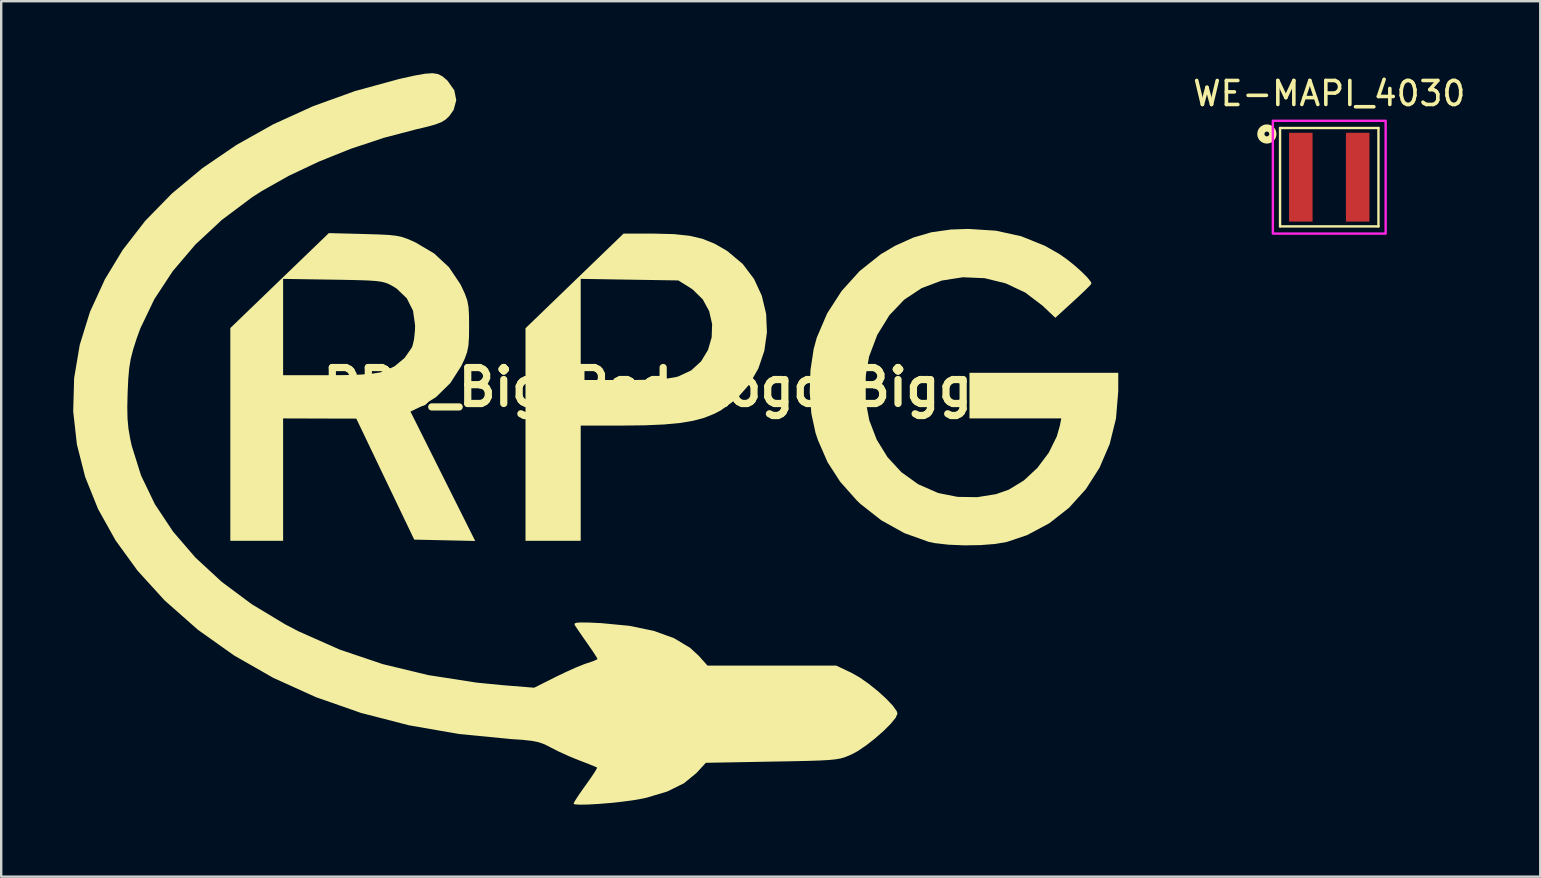
<source format=kicad_pcb>
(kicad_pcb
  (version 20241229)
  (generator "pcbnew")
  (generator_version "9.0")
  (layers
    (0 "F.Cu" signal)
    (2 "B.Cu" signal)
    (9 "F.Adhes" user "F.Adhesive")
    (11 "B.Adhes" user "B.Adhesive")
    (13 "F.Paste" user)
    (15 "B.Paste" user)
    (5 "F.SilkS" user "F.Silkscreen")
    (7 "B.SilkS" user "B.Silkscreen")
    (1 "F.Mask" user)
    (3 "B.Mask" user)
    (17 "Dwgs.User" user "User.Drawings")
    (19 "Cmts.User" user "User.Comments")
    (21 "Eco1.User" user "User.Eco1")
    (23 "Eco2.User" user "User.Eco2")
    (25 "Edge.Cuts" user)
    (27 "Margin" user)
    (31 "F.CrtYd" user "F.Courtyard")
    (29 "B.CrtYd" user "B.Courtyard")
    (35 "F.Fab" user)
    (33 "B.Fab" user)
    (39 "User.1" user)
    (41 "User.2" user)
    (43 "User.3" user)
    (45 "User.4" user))
  (footprint "WE-MAPI_4030"
    (layer "F.Cu")
    (at 52.338 4.333)
    (property "Reference" "WE-MAPI_4030" (at 0 -3.485 0) (layer "F.SilkS") (effects (font (size 1 1) (thickness 0.15))))
    (attr smd)
    (fp_line (start -2.05 -2.05) (end 2.05 -2.05) (stroke (width 0.1) (type solid)) (layer "F.SilkS"))
    (fp_line (start -2.05 2.05) (end -2.05 -2.05) (stroke (width 0.1) (type solid)) (layer "F.SilkS"))
    (fp_line (start 2.05 -2.05) (end 2.05 2.05) (stroke (width 0.1) (type solid)) (layer "F.SilkS"))
    (fp_line (start 2.05 2.05) (end -2.05 2.05) (stroke (width 0.1) (type solid)) (layer "F.SilkS"))
    (fp_circle (center -2.6 -1.8) (end -2.5 -1.8) (stroke (width 0.3) (type solid)) (fill no) (layer "F.SilkS"))
    (fp_poly (pts (xy -2.35 -2.35) (xy 2.35 -2.35) (xy 2.35 2.35) (xy -2.35 2.35)) (stroke (width 0.1) (type solid)) (fill no) (layer "F.CrtYd"))
    (pad "1" smd rect (at -1.185 0) (size 0.98 3.7) (layers "F.Cu" "F.Mask" "F.Paste"))
    (pad "2" smd rect (at 1.185 0) (size 0.98 3.7) (layers "F.Cu" "F.Mask" "F.Paste"))
    (zone (net_name "") (layer "F.Cu") (hatch full 0.508) (connect_pads) (min_thickness 0.01) (filled_areas_thickness no) (keepout (tracks not_allowed) (vias not_allowed) (pads not_allowed) (copperpour not_allowed) (footprints allowed)) (placement (enabled no)) (fill) (polygon (pts (xy 51.643 2.483) (xy 53.033 2.483) (xy 53.033 6.183) (xy 51.643 6.183))))
    (zone (net_name "") (layers "F.Cu" "B.Cu") (hatch full 0.508) (connect_pads) (min_thickness 0.01) (filled_areas_thickness no) (keepout (tracks allowed) (vias not_allowed) (pads allowed) (copperpour allowed) (footprints allowed)) (placement (enabled no)) (fill) (polygon (pts (xy 51.643 2.483) (xy 53.033 2.483) (xy 53.033 6.183) (xy 51.643 6.183)))))
  (footprint "RPG_Big_Red_Logo_Bigger"
    (layer "F.Cu")
    (at 25.047 13.085)
    (property "Reference" "RPG_Big_Red_Logo_Bigger" (at 0 0 0) (layer "F.SilkS") (effects (font (size 1.5 1.5) (thickness 0.3))))
    (attr board_only exclude_from_pos_files exclude_from_bom)
    (fp_poly (pts (xy -0.019 -6.38) (xy 0.63 -6.311) (xy 1.179 -6.183) (xy 1.675 -5.983) (xy 2.168 -5.7) (xy 2.225 -5.662) (xy 2.85 -5.137) (xy 3.324 -4.51) (xy 3.648 -3.808) (xy 3.827 -3.058) (xy 3.86 -2.286) (xy 3.752 -1.519) (xy 3.504 -0.784) (xy 3.118 -0.108) (xy 2.597 0.484) (xy 1.942 0.963) (xy 1.659 1.11) (xy 1.252 1.273) (xy 0.787 1.398) (xy 0.238 1.49) (xy -0.423 1.552) (xy -1.225 1.587) (xy -2.197 1.599) (xy -2.275 1.599) (xy -3.9 1.6) (xy -3.9 4) (xy -3.9 6.4) (xy -5.05 6.4) (xy -6.2 6.4) (xy -6.2 1.971) (xy -6.2 -2.407) (xy -3.9 -2.407) (xy -3.9 -0.3) (xy -2.118 -0.3) (xy -1.348 -0.306) (xy -0.75 -0.327) (xy -0.296 -0.363) (xy 0.04 -0.417) (xy 0.171 -0.451) (xy 0.705 -0.702) (xy 1.118 -1.08) (xy 1.403 -1.551) (xy 1.557 -2.079) (xy 1.576 -2.629) (xy 1.454 -3.167) (xy 1.187 -3.659) (xy 0.77 -4.068) (xy 0.649 -4.15) (xy 0.166 -4.45) (xy -1.867 -4.482) (xy -3.9 -4.515) (xy -3.9 -2.407) (xy -6.2 -2.407) (xy -6.2 -2.458) (xy -4.158 -4.429) (xy -2.116 -6.4) (xy -0.817 -6.4)) (stroke (width 0) (type solid)) (fill yes) (layer "F.SilkS"))
    (fp_poly (pts (xy -12.923 -6.384) (xy -12.342 -6.367) (xy -11.916 -6.346) (xy -11.6 -6.313) (xy -11.349 -6.26) (xy -11.117 -6.181) (xy -10.859 -6.068) (xy -10.782 -6.032) (xy -10.005 -5.573) (xy -9.388 -4.999) (xy -8.918 -4.299) (xy -8.875 -4.215) (xy -8.724 -3.892) (xy -8.628 -3.625) (xy -8.576 -3.349) (xy -8.554 -2.999) (xy -8.55 -2.551) (xy -8.555 -2.074) (xy -8.579 -1.731) (xy -8.634 -1.458) (xy -8.733 -1.188) (xy -8.879 -0.879) (xy -9.332 -0.173) (xy -9.926 0.41) (xy -10.555 0.803) (xy -10.993 1.015) (xy -9.645 3.71) (xy -8.296 6.406) (xy -9.567 6.378) (xy -10.837 6.35) (xy -12.044 3.83) (xy -13.25 1.309) (xy -14.775 1.305) (xy -16.3 1.3) (xy -16.3 3.85) (xy -16.3 6.4) (xy -17.4 6.4) (xy -18.5 6.4) (xy -18.5 1.967) (xy -18.5 -2.466) (xy -18.457 -2.507) (xy -16.3 -2.507) (xy -16.3 -0.5) (xy -14.468 -0.5) (xy -13.683 -0.506) (xy -13.072 -0.526) (xy -12.61 -0.562) (xy -12.271 -0.614) (xy -12.14 -0.647) (xy -11.655 -0.873) (xy -11.238 -1.22) (xy -10.948 -1.635) (xy -10.906 -1.732) (xy -10.845 -1.994) (xy -10.807 -2.354) (xy -10.8 -2.573) (xy -10.887 -3.188) (xy -11.146 -3.703) (xy -11.569 -4.109) (xy -11.715 -4.201) (xy -11.869 -4.285) (xy -12.02 -4.348) (xy -12.199 -4.394) (xy -12.436 -4.426) (xy -12.764 -4.448) (xy -13.211 -4.463) (xy -13.811 -4.476) (xy -14.225 -4.482) (xy -16.3 -4.514) (xy -16.3 -2.507) (xy -18.457 -2.507) (xy -16.448 -4.444) (xy -14.395 -6.422)) (stroke (width 0) (type solid)) (fill yes) (layer "F.SilkS"))
    (fp_poly (pts (xy 13.405 -6.522) (xy 14.458 -6.29) (xy 15.443 -5.892) (xy 16.05 -5.547) (xy 16.359 -5.331) (xy 16.681 -5.073) (xy 16.98 -4.806) (xy 17.219 -4.566) (xy 17.36 -4.386) (xy 17.381 -4.313) (xy 17.298 -4.218) (xy 17.1 -4.021) (xy 16.82 -3.756) (xy 16.613 -3.566) (xy 15.877 -2.893) (xy 15.339 -3.402) (xy 14.624 -3.944) (xy 13.811 -4.327) (xy 12.934 -4.543) (xy 12.025 -4.582) (xy 11.146 -4.445) (xy 10.306 -4.129) (xy 9.578 -3.647) (xy 8.964 -3.002) (xy 8.466 -2.195) (xy 8.453 -2.168) (xy 8.117 -1.28) (xy 7.957 -0.378) (xy 7.962 0.516) (xy 8.124 1.377) (xy 8.434 2.184) (xy 8.883 2.913) (xy 9.462 3.54) (xy 10.162 4.043) (xy 10.974 4.399) (xy 11.024 4.414) (xy 11.807 4.569) (xy 12.623 4.581) (xy 13.404 4.456) (xy 13.939 4.268) (xy 14.566 3.885) (xy 15.133 3.356) (xy 15.603 2.729) (xy 15.937 2.052) (xy 16.061 1.619) (xy 16.125 1.3) (xy 14.213 1.3) (xy 12.3 1.3) (xy 12.3 0.35) (xy 12.3 -0.6) (xy 15.4 -0.6) (xy 18.5 -0.6) (xy 18.498 0.175) (xy 18.405 1.303) (xy 18.141 2.37) (xy 17.717 3.358) (xy 17.148 4.249) (xy 16.446 5.025) (xy 15.625 5.669) (xy 14.697 6.164) (xy 13.854 6.448) (xy 13.364 6.532) (xy 12.749 6.579) (xy 12.08 6.589) (xy 11.427 6.562) (xy 10.86 6.497) (xy 10.6 6.443) (xy 9.587 6.08) (xy 8.623 5.544) (xy 7.755 4.862) (xy 7.599 4.712) (xy 6.909 3.935) (xy 6.383 3.119) (xy 5.986 2.206) (xy 5.884 1.9) (xy 5.712 1.104) (xy 5.643 0.209) (xy 5.674 -0.712) (xy 5.806 -1.586) (xy 5.935 -2.063) (xy 6.37 -3.078) (xy 6.975 -4.014) (xy 7.726 -4.844) (xy 8.6 -5.539) (xy 9.198 -5.893) (xy 9.961 -6.237) (xy 10.717 -6.458) (xy 11.534 -6.572) (xy 12.25 -6.597)) (stroke (width 0) (type solid)) (fill yes) (layer "F.SilkS"))
    (fp_poly (pts (xy -9.852 -13.051) (xy -9.667 -12.959) (xy -9.488 -12.807) (xy -9.44 -12.76) (xy -9.166 -12.371) (xy -9.085 -11.961) (xy -9.195 -11.553) (xy -9.375 -11.298) (xy -9.526 -11.155) (xy -9.712 -11.042) (xy -9.976 -10.942) (xy -10.361 -10.838) (xy -10.75 -10.747) (xy -12.101 -10.393) (xy -13.472 -9.938) (xy -14.812 -9.401) (xy -16.072 -8.805) (xy -17.201 -8.168) (xy -17.596 -7.913) (xy -18.855 -6.97) (xy -19.96 -5.94) (xy -20.9 -4.835) (xy -21.666 -3.669) (xy -22.248 -2.453) (xy -22.4 -2.039) (xy -22.548 -1.576) (xy -22.648 -1.184) (xy -22.713 -0.794) (xy -22.753 -0.338) (xy -22.779 0.227) (xy -22.793 0.835) (xy -22.783 1.313) (xy -22.744 1.73) (xy -22.67 2.156) (xy -22.607 2.443) (xy -22.219 3.68) (xy -21.643 4.875) (xy -20.885 6.017) (xy -19.954 7.098) (xy -18.858 8.11) (xy -17.604 9.043) (xy -16.201 9.888) (xy -15.65 10.175) (xy -13.94 10.933) (xy -12.148 11.538) (xy -10.254 11.995) (xy -8.241 12.308) (xy -7.205 12.41) (xy -5.838 12.521) (xy -4.944 12.072) (xy -4.507 11.862) (xy -4.086 11.673) (xy -3.744 11.536) (xy -3.625 11.496) (xy -3.369 11.41) (xy -3.218 11.34) (xy -3.2 11.322) (xy -3.254 11.224) (xy -3.395 11.007) (xy -3.596 10.715) (xy -3.633 10.663) (xy -3.855 10.345) (xy -4.037 10.079) (xy -4.143 9.918) (xy -4.149 9.909) (xy -4.157 9.85) (xy -4.081 9.815) (xy -3.891 9.801) (xy -3.559 9.806) (xy -3.057 9.829) (xy -3.041 9.83) (xy -1.865 9.943) (xy -0.855 10.152) (xy -0.015 10.456) (xy 0.653 10.854) (xy 1.018 11.19) (xy 1.385 11.6) (xy 4.068 11.6) (xy 6.75 11.6) (xy 7.383 11.9) (xy 7.724 12.093) (xy 8.102 12.358) (xy 8.482 12.663) (xy 8.827 12.976) (xy 9.1 13.264) (xy 9.267 13.496) (xy 9.3 13.6) (xy 9.223 13.773) (xy 9.018 14.025) (xy 8.72 14.323) (xy 8.367 14.633) (xy 7.996 14.924) (xy 7.643 15.162) (xy 7.431 15.278) (xy 7.255 15.358) (xy 7.095 15.421) (xy 6.922 15.47) (xy 6.71 15.506) (xy 6.433 15.534) (xy 6.065 15.554) (xy 5.577 15.57) (xy 4.945 15.584) (xy 4.141 15.599) (xy 4.082 15.6) (xy 1.315 15.65) (xy 0.925 16.073) (xy 0.404 16.502) (xy -0.29 16.845) (xy -1.163 17.106) (xy -1.339 17.144) (xy -1.722 17.211) (xy -2.178 17.272) (xy -2.667 17.324) (xy -3.147 17.363) (xy -3.581 17.388) (xy -3.926 17.395) (xy -4.144 17.381) (xy -4.2 17.354) (xy -4.145 17.244) (xy -3.998 17.015) (xy -3.786 16.71) (xy -3.692 16.58) (xy -3.468 16.263) (xy -3.302 16.013) (xy -3.221 15.869) (xy -3.217 15.849) (xy -3.32 15.801) (xy -3.562 15.703) (xy -3.893 15.575) (xy -3.95 15.554) (xy -4.387 15.376) (xy -4.83 15.174) (xy -5.15 15.01) (xy -5.399 14.883) (xy -5.645 14.795) (xy -5.939 14.735) (xy -6.336 14.692) (xy -6.8 14.661) (xy -8.973 14.45) (xy -11.06 14.086) (xy -13.05 13.573) (xy -14.935 12.914) (xy -16.704 12.113) (xy -18.347 11.175) (xy -19.854 10.104) (xy -21.216 8.903) (xy -21.262 8.857) (xy -22.367 7.643) (xy -23.283 6.38) (xy -24.01 5.077) (xy -24.547 3.742) (xy -24.893 2.382) (xy -25.047 1.006) (xy -25.008 -0.379) (xy -24.775 -1.763) (xy -24.348 -3.14) (xy -23.724 -4.501) (xy -22.985 -5.72) (xy -22.046 -6.933) (xy -20.933 -8.072) (xy -19.662 -9.129) (xy -18.247 -10.094) (xy -16.706 -10.958) (xy -15.053 -11.71) (xy -13.304 -12.341) (xy -11.475 -12.841) (xy -11.4 -12.858) (xy -10.816 -12.987) (xy -10.389 -13.063) (xy -10.08 -13.085)) (stroke (width 0) (type solid)) (fill yes) (layer "F.SilkS")))
  (gr_rect
    (start -3 -3)
    (end 61.13 33.48)
    (stroke (width 0.1) (type default))
    (fill no)
    (layer "Edge.Cuts")))
</source>
